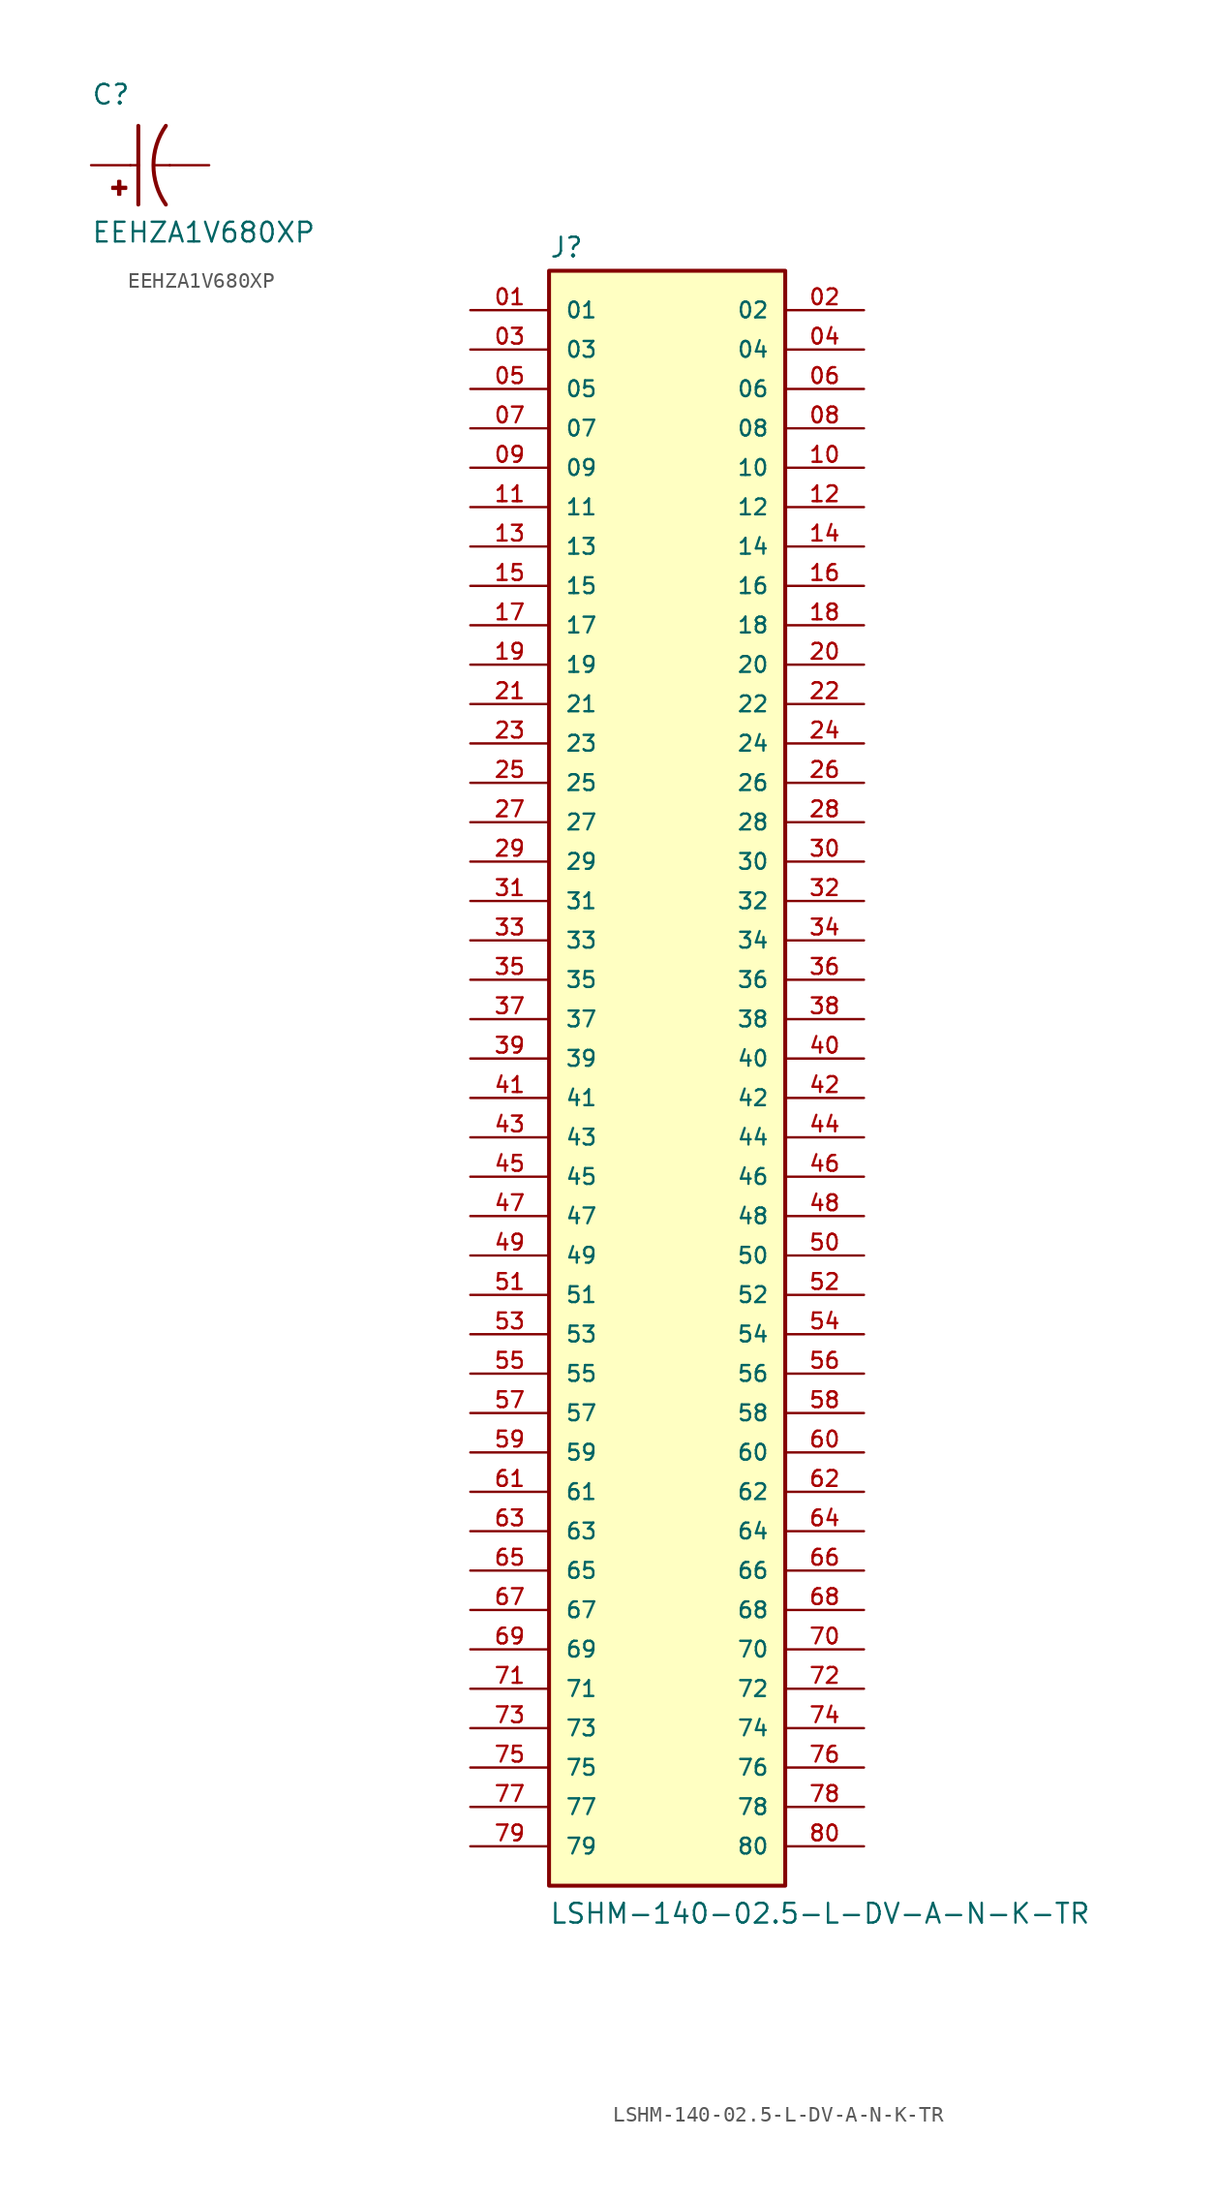
<source format=kicad_sym>
(kicad_symbol_lib
  (version 20211014)
  (generator kicad_symbol_editor)
  (symbol "EEHZA1V680XP"
    (pin_numbers hide)
    (pin_names
      (offset 1.016) hide)
    (property "Reference" "C"
      (at -2.54 3.81 0)
      (effects (font (size 1.27 1.27)) (justify left bottom)))
    (property "Value" "EEHZA1V680XP"
      (at -2.54 -5.08 0)
      (effects (font (size 1.27 1.27)) (justify left bottom)))
    (property "ki_locked" ""
      (at 0 0 0)
      (effects (font (size 1.27 1.27))))
    (symbol "EEHZA1V680XP_0_0"
      (rectangle (start -1.168 -1.524) (end -0.279 -1.397) (stroke (width 0) (type default) (color 0 0 0 0)) (fill (type outline)))
      (rectangle (start -0.787 -1.905) (end -0.66 -1.016) (stroke (width 0) (type default) (color 0 0 0 0)) (fill (type outline)))
      (polyline (pts (xy 0 0) (xy 0.508 0)) (stroke (width 0.152) (type default) (color 0 0 0 0)) (fill (type none)))
      (polyline (pts (xy 0.508 0) (xy 0.508 -2.54)) (stroke (width 0.254) (type default) (color 0 0 0 0)) (fill (type none)))
      (polyline (pts (xy 0.508 2.54) (xy 0.508 0)) (stroke (width 0.254) (type default) (color 0 0 0 0)) (fill (type none)))
      (polyline (pts (xy 2.54 0) (xy 1.524 0)) (stroke (width 0.152) (type default) (color 0 0 0 0)) (fill (type none)))
      (arc (start 2.286 2.54) (mid 1.486 0) (end 2.286 -2.54) (stroke (width 0.254) (type default) (color 0 0 0 0)) (fill (type none)))
      (pin passive line (at -2.54 0 0) (length 2.54) (name "~" (effects (font (size 1.016 1.016)))) (number "1" (effects (font (size 1.016 1.016)))))
      (pin passive line (at 5.08 0 180) (length 2.54) (name "~" (effects (font (size 1.016 1.016)))) (number "2" (effects (font (size 1.016 1.016)))))))
  (symbol "LSHM-140-02.5-L-DV-A-N-K-TR"
    (pin_names
      (offset 1.016))
    (property "Reference" "J"
      (at -7.62 51.562 0)
      (effects (font (size 1.27 1.27)) (justify left bottom)))
    (property "Value" "LSHM-140-02.5-L-DV-A-N-K-TR"
      (at -7.62 -55.88 0)
      (effects (font (size 1.27 1.27)) (justify left bottom)))
    (property "ki_locked" ""
      (at 0 0 0)
      (effects (font (size 1.27 1.27))))
    (symbol "LSHM-140-02.5-L-DV-A-N-K-TR_0_0"
      (rectangle (start -7.62 -53.34) (end 7.62 50.8) (stroke (width 0.254) (type default) (color 0 0 0 0)) (fill (type background)))
      (pin passive line (at -12.7 48.26 0) (length 5.08) (name "01" (effects (font (size 1.016 1.016)))) (number "01" (effects (font (size 1.016 1.016)))))
      (pin passive line (at 12.7 48.26 180) (length 5.08) (name "02" (effects (font (size 1.016 1.016)))) (number "02" (effects (font (size 1.016 1.016)))))
      (pin passive line (at -12.7 45.72 0) (length 5.08) (name "03" (effects (font (size 1.016 1.016)))) (number "03" (effects (font (size 1.016 1.016)))))
      (pin passive line (at 12.7 45.72 180) (length 5.08) (name "04" (effects (font (size 1.016 1.016)))) (number "04" (effects (font (size 1.016 1.016)))))
      (pin passive line (at -12.7 43.18 0) (length 5.08) (name "05" (effects (font (size 1.016 1.016)))) (number "05" (effects (font (size 1.016 1.016)))))
      (pin passive line (at 12.7 43.18 180) (length 5.08) (name "06" (effects (font (size 1.016 1.016)))) (number "06" (effects (font (size 1.016 1.016)))))
      (pin passive line (at -12.7 40.64 0) (length 5.08) (name "07" (effects (font (size 1.016 1.016)))) (number "07" (effects (font (size 1.016 1.016)))))
      (pin passive line (at 12.7 40.64 180) (length 5.08) (name "08" (effects (font (size 1.016 1.016)))) (number "08" (effects (font (size 1.016 1.016)))))
      (pin passive line (at -12.7 38.1 0) (length 5.08) (name "09" (effects (font (size 1.016 1.016)))) (number "09" (effects (font (size 1.016 1.016)))))
      (pin passive line (at 12.7 38.1 180) (length 5.08) (name "10" (effects (font (size 1.016 1.016)))) (number "10" (effects (font (size 1.016 1.016)))))
      (pin passive line (at -12.7 35.56 0) (length 5.08) (name "11" (effects (font (size 1.016 1.016)))) (number "11" (effects (font (size 1.016 1.016)))))
      (pin passive line (at 12.7 35.56 180) (length 5.08) (name "12" (effects (font (size 1.016 1.016)))) (number "12" (effects (font (size 1.016 1.016)))))
      (pin passive line (at -12.7 33.02 0) (length 5.08) (name "13" (effects (font (size 1.016 1.016)))) (number "13" (effects (font (size 1.016 1.016)))))
      (pin passive line (at 12.7 33.02 180) (length 5.08) (name "14" (effects (font (size 1.016 1.016)))) (number "14" (effects (font (size 1.016 1.016)))))
      (pin passive line (at -12.7 30.48 0) (length 5.08) (name "15" (effects (font (size 1.016 1.016)))) (number "15" (effects (font (size 1.016 1.016)))))
      (pin passive line (at 12.7 30.48 180) (length 5.08) (name "16" (effects (font (size 1.016 1.016)))) (number "16" (effects (font (size 1.016 1.016)))))
      (pin passive line (at -12.7 27.94 0) (length 5.08) (name "17" (effects (font (size 1.016 1.016)))) (number "17" (effects (font (size 1.016 1.016)))))
      (pin passive line (at 12.7 27.94 180) (length 5.08) (name "18" (effects (font (size 1.016 1.016)))) (number "18" (effects (font (size 1.016 1.016)))))
      (pin passive line (at -12.7 25.4 0) (length 5.08) (name "19" (effects (font (size 1.016 1.016)))) (number "19" (effects (font (size 1.016 1.016)))))
      (pin passive line (at 12.7 25.4 180) (length 5.08) (name "20" (effects (font (size 1.016 1.016)))) (number "20" (effects (font (size 1.016 1.016)))))
      (pin passive line (at -12.7 22.86 0) (length 5.08) (name "21" (effects (font (size 1.016 1.016)))) (number "21" (effects (font (size 1.016 1.016)))))
      (pin passive line (at 12.7 22.86 180) (length 5.08) (name "22" (effects (font (size 1.016 1.016)))) (number "22" (effects (font (size 1.016 1.016)))))
      (pin passive line (at -12.7 20.32 0) (length 5.08) (name "23" (effects (font (size 1.016 1.016)))) (number "23" (effects (font (size 1.016 1.016)))))
      (pin passive line (at 12.7 20.32 180) (length 5.08) (name "24" (effects (font (size 1.016 1.016)))) (number "24" (effects (font (size 1.016 1.016)))))
      (pin passive line (at -12.7 17.78 0) (length 5.08) (name "25" (effects (font (size 1.016 1.016)))) (number "25" (effects (font (size 1.016 1.016)))))
      (pin passive line (at 12.7 17.78 180) (length 5.08) (name "26" (effects (font (size 1.016 1.016)))) (number "26" (effects (font (size 1.016 1.016)))))
      (pin passive line (at -12.7 15.24 0) (length 5.08) (name "27" (effects (font (size 1.016 1.016)))) (number "27" (effects (font (size 1.016 1.016)))))
      (pin passive line (at 12.7 15.24 180) (length 5.08) (name "28" (effects (font (size 1.016 1.016)))) (number "28" (effects (font (size 1.016 1.016)))))
      (pin passive line (at -12.7 12.7 0) (length 5.08) (name "29" (effects (font (size 1.016 1.016)))) (number "29" (effects (font (size 1.016 1.016)))))
      (pin passive line (at 12.7 12.7 180) (length 5.08) (name "30" (effects (font (size 1.016 1.016)))) (number "30" (effects (font (size 1.016 1.016)))))
      (pin passive line (at -12.7 10.16 0) (length 5.08) (name "31" (effects (font (size 1.016 1.016)))) (number "31" (effects (font (size 1.016 1.016)))))
      (pin passive line (at 12.7 10.16 180) (length 5.08) (name "32" (effects (font (size 1.016 1.016)))) (number "32" (effects (font (size 1.016 1.016)))))
      (pin passive line (at -12.7 7.62 0) (length 5.08) (name "33" (effects (font (size 1.016 1.016)))) (number "33" (effects (font (size 1.016 1.016)))))
      (pin passive line (at 12.7 7.62 180) (length 5.08) (name "34" (effects (font (size 1.016 1.016)))) (number "34" (effects (font (size 1.016 1.016)))))
      (pin passive line (at -12.7 5.08 0) (length 5.08) (name "35" (effects (font (size 1.016 1.016)))) (number "35" (effects (font (size 1.016 1.016)))))
      (pin passive line (at 12.7 5.08 180) (length 5.08) (name "36" (effects (font (size 1.016 1.016)))) (number "36" (effects (font (size 1.016 1.016)))))
      (pin passive line (at -12.7 2.54 0) (length 5.08) (name "37" (effects (font (size 1.016 1.016)))) (number "37" (effects (font (size 1.016 1.016)))))
      (pin passive line (at 12.7 2.54 180) (length 5.08) (name "38" (effects (font (size 1.016 1.016)))) (number "38" (effects (font (size 1.016 1.016)))))
      (pin passive line (at -12.7 0 0) (length 5.08) (name "39" (effects (font (size 1.016 1.016)))) (number "39" (effects (font (size 1.016 1.016)))))
      (pin passive line (at 12.7 0 180) (length 5.08) (name "40" (effects (font (size 1.016 1.016)))) (number "40" (effects (font (size 1.016 1.016)))))
      (pin passive line (at -12.7 -2.54 0) (length 5.08) (name "41" (effects (font (size 1.016 1.016)))) (number "41" (effects (font (size 1.016 1.016)))))
      (pin passive line (at 12.7 -2.54 180) (length 5.08) (name "42" (effects (font (size 1.016 1.016)))) (number "42" (effects (font (size 1.016 1.016)))))
      (pin passive line (at -12.7 -5.08 0) (length 5.08) (name "43" (effects (font (size 1.016 1.016)))) (number "43" (effects (font (size 1.016 1.016)))))
      (pin passive line (at 12.7 -5.08 180) (length 5.08) (name "44" (effects (font (size 1.016 1.016)))) (number "44" (effects (font (size 1.016 1.016)))))
      (pin passive line (at -12.7 -7.62 0) (length 5.08) (name "45" (effects (font (size 1.016 1.016)))) (number "45" (effects (font (size 1.016 1.016)))))
      (pin passive line (at 12.7 -7.62 180) (length 5.08) (name "46" (effects (font (size 1.016 1.016)))) (number "46" (effects (font (size 1.016 1.016)))))
      (pin passive line (at -12.7 -10.16 0) (length 5.08) (name "47" (effects (font (size 1.016 1.016)))) (number "47" (effects (font (size 1.016 1.016)))))
      (pin passive line (at 12.7 -10.16 180) (length 5.08) (name "48" (effects (font (size 1.016 1.016)))) (number "48" (effects (font (size 1.016 1.016)))))
      (pin passive line (at -12.7 -12.7 0) (length 5.08) (name "49" (effects (font (size 1.016 1.016)))) (number "49" (effects (font (size 1.016 1.016)))))
      (pin passive line (at 12.7 -12.7 180) (length 5.08) (name "50" (effects (font (size 1.016 1.016)))) (number "50" (effects (font (size 1.016 1.016)))))
      (pin passive line (at -12.7 -15.24 0) (length 5.08) (name "51" (effects (font (size 1.016 1.016)))) (number "51" (effects (font (size 1.016 1.016)))))
      (pin passive line (at 12.7 -15.24 180) (length 5.08) (name "52" (effects (font (size 1.016 1.016)))) (number "52" (effects (font (size 1.016 1.016)))))
      (pin passive line (at -12.7 -17.78 0) (length 5.08) (name "53" (effects (font (size 1.016 1.016)))) (number "53" (effects (font (size 1.016 1.016)))))
      (pin passive line (at 12.7 -17.78 180) (length 5.08) (name "54" (effects (font (size 1.016 1.016)))) (number "54" (effects (font (size 1.016 1.016)))))
      (pin passive line (at -12.7 -20.32 0) (length 5.08) (name "55" (effects (font (size 1.016 1.016)))) (number "55" (effects (font (size 1.016 1.016)))))
      (pin passive line (at 12.7 -20.32 180) (length 5.08) (name "56" (effects (font (size 1.016 1.016)))) (number "56" (effects (font (size 1.016 1.016)))))
      (pin passive line (at -12.7 -22.86 0) (length 5.08) (name "57" (effects (font (size 1.016 1.016)))) (number "57" (effects (font (size 1.016 1.016)))))
      (pin passive line (at 12.7 -22.86 180) (length 5.08) (name "58" (effects (font (size 1.016 1.016)))) (number "58" (effects (font (size 1.016 1.016)))))
      (pin passive line (at -12.7 -25.4 0) (length 5.08) (name "59" (effects (font (size 1.016 1.016)))) (number "59" (effects (font (size 1.016 1.016)))))
      (pin passive line (at 12.7 -25.4 180) (length 5.08) (name "60" (effects (font (size 1.016 1.016)))) (number "60" (effects (font (size 1.016 1.016)))))
      (pin passive line (at -12.7 -27.94 0) (length 5.08) (name "61" (effects (font (size 1.016 1.016)))) (number "61" (effects (font (size 1.016 1.016)))))
      (pin passive line (at 12.7 -27.94 180) (length 5.08) (name "62" (effects (font (size 1.016 1.016)))) (number "62" (effects (font (size 1.016 1.016)))))
      (pin passive line (at -12.7 -30.48 0) (length 5.08) (name "63" (effects (font (size 1.016 1.016)))) (number "63" (effects (font (size 1.016 1.016)))))
      (pin passive line (at 12.7 -30.48 180) (length 5.08) (name "64" (effects (font (size 1.016 1.016)))) (number "64" (effects (font (size 1.016 1.016)))))
      (pin passive line (at -12.7 -33.02 0) (length 5.08) (name "65" (effects (font (size 1.016 1.016)))) (number "65" (effects (font (size 1.016 1.016)))))
      (pin passive line (at 12.7 -33.02 180) (length 5.08) (name "66" (effects (font (size 1.016 1.016)))) (number "66" (effects (font (size 1.016 1.016)))))
      (pin passive line (at -12.7 -35.56 0) (length 5.08) (name "67" (effects (font (size 1.016 1.016)))) (number "67" (effects (font (size 1.016 1.016)))))
      (pin passive line (at 12.7 -35.56 180) (length 5.08) (name "68" (effects (font (size 1.016 1.016)))) (number "68" (effects (font (size 1.016 1.016)))))
      (pin passive line (at -12.7 -38.1 0) (length 5.08) (name "69" (effects (font (size 1.016 1.016)))) (number "69" (effects (font (size 1.016 1.016)))))
      (pin passive line (at 12.7 -38.1 180) (length 5.08) (name "70" (effects (font (size 1.016 1.016)))) (number "70" (effects (font (size 1.016 1.016)))))
      (pin passive line (at -12.7 -40.64 0) (length 5.08) (name "71" (effects (font (size 1.016 1.016)))) (number "71" (effects (font (size 1.016 1.016)))))
      (pin passive line (at 12.7 -40.64 180) (length 5.08) (name "72" (effects (font (size 1.016 1.016)))) (number "72" (effects (font (size 1.016 1.016)))))
      (pin passive line (at -12.7 -43.18 0) (length 5.08) (name "73" (effects (font (size 1.016 1.016)))) (number "73" (effects (font (size 1.016 1.016)))))
      (pin passive line (at 12.7 -43.18 180) (length 5.08) (name "74" (effects (font (size 1.016 1.016)))) (number "74" (effects (font (size 1.016 1.016)))))
      (pin passive line (at -12.7 -45.72 0) (length 5.08) (name "75" (effects (font (size 1.016 1.016)))) (number "75" (effects (font (size 1.016 1.016)))))
      (pin passive line (at 12.7 -45.72 180) (length 5.08) (name "76" (effects (font (size 1.016 1.016)))) (number "76" (effects (font (size 1.016 1.016)))))
      (pin passive line (at -12.7 -48.26 0) (length 5.08) (name "77" (effects (font (size 1.016 1.016)))) (number "77" (effects (font (size 1.016 1.016)))))
      (pin passive line (at 12.7 -48.26 180) (length 5.08) (name "78" (effects (font (size 1.016 1.016)))) (number "78" (effects (font (size 1.016 1.016)))))
      (pin passive line (at -12.7 -50.8 0) (length 5.08) (name "79" (effects (font (size 1.016 1.016)))) (number "79" (effects (font (size 1.016 1.016)))))
      (pin passive line (at 12.7 -50.8 180) (length 5.08) (name "80" (effects (font (size 1.016 1.016)))) (number "80" (effects (font (size 1.016 1.016))))))))
</source>
